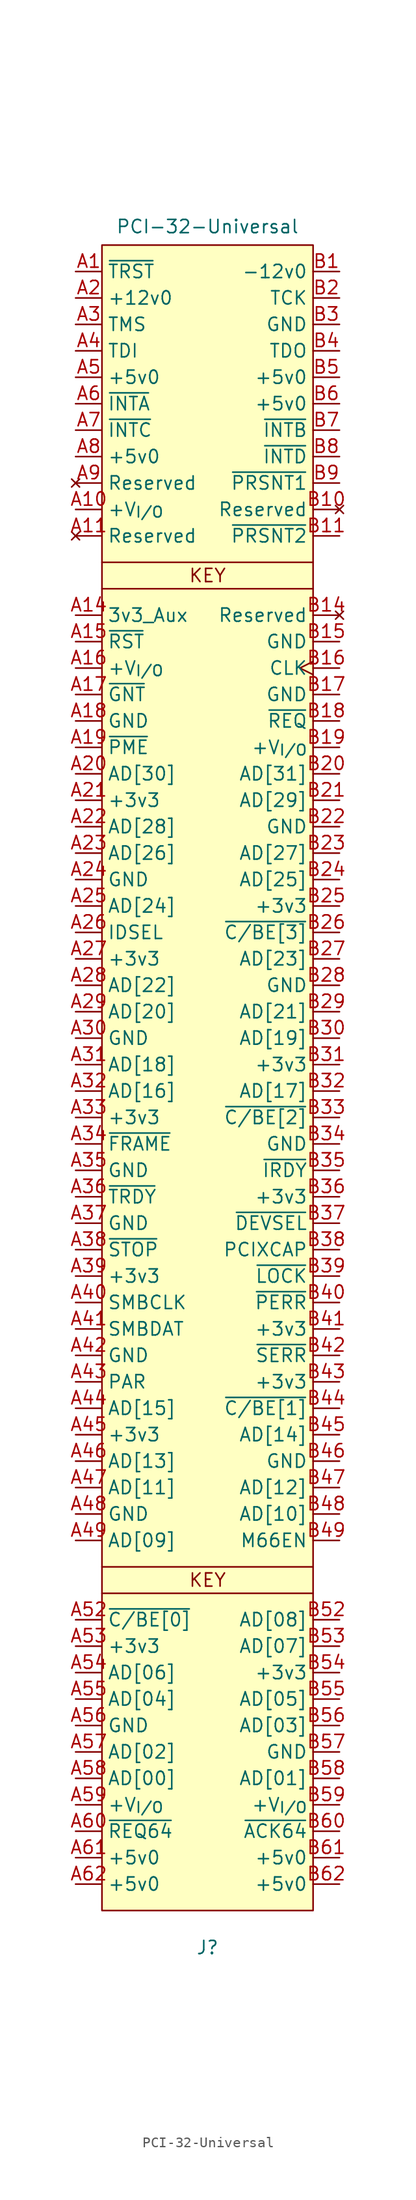
<source format=kicad_sym>
(kicad_symbol_lib
  (version 20241209)
  (generator "kicad_symbol_editor")
  (generator_version "9.0")
  (symbol "PCI-32-Universal"
    (property "Reference" "J"
      (at 0 -131.826 0)
      (effects (font (size 1.27 1.27))))
    (property "Value" "PCI-32-Universal"
      (at 0 33.528 0)
      (effects (font (size 1.27 1.27))))
    (symbol "PCI-32-Universal_1_1"
      (rectangle (start -10.16 31.75) (end 10.16 -128.27) (stroke (width 0) (type solid)) (fill (type background)))
      (polyline (pts (xy -10.16 1.27) (xy 10.16 1.27)) (stroke (width 0) (type default)) (fill (type none)))
      (polyline (pts (xy -10.16 -1.27) (xy 10.16 -1.27)) (stroke (width 0) (type default)) (fill (type none)))
      (polyline (pts (xy -10.16 -95.25) (xy 10.16 -95.25)) (stroke (width 0) (type default)) (fill (type none)))
      (polyline (pts (xy -10.16 -97.79) (xy 10.16 -97.79)) (stroke (width 0) (type default)) (fill (type none)))
      (text "KEY" (at 0 0 0) (effects (font (size 1.27 1.27))))
      (text "KEY" (at 0 -96.52 0) (effects (font (size 1.27 1.27))))
      (pin input line (at -12.7 29.21 0) (length 2.54) (name "~{TRST}" (effects (font (size 1.27 1.27)))) (number "A1" (effects (font (size 1.27 1.27)))))
      (pin power_in line (at -12.7 26.67 0) (length 2.54) (name "+12v0" (effects (font (size 1.27 1.27)))) (number "A2" (effects (font (size 1.27 1.27)))))
      (pin input line (at -12.7 24.13 0) (length 2.54) (name "TMS" (effects (font (size 1.27 1.27)))) (number "A3" (effects (font (size 1.27 1.27)))))
      (pin input line (at -12.7 21.59 0) (length 2.54) (name "TDI" (effects (font (size 1.27 1.27)))) (number "A4" (effects (font (size 1.27 1.27)))))
      (pin power_in line (at -12.7 19.05 0) (length 2.54) (name "+5v0" (effects (font (size 1.27 1.27)))) (number "A5" (effects (font (size 1.27 1.27)))))
      (pin open_emitter line (at -12.7 16.51 0) (length 2.54) (name "~{INTA}" (effects (font (size 1.27 1.27)))) (number "A6" (effects (font (size 1.27 1.27)))))
      (pin open_emitter line (at -12.7 13.97 0) (length 2.54) (name "~{INTC}" (effects (font (size 1.27 1.27)))) (number "A7" (effects (font (size 1.27 1.27)))))
      (pin power_in line (at -12.7 11.43 0) (length 2.54) (name "+5v0" (effects (font (size 1.27 1.27)))) (number "A8" (effects (font (size 1.27 1.27)))))
      (pin no_connect line (at -12.7 8.89 0) (length 2.54) (name "Reserved" (effects (font (size 1.27 1.27)))) (number "A9" (effects (font (size 1.27 1.27)))))
      (pin power_in line (at -12.7 6.35 0) (length 2.54) (name "+V_{I/O}" (effects (font (size 1.27 1.27)))) (number "A10" (effects (font (size 1.27 1.27)))))
      (pin no_connect line (at -12.7 3.81 0) (length 2.54) (name "Reserved" (effects (font (size 1.27 1.27)))) (number "A11" (effects (font (size 1.27 1.27)))))
      (pin power_in line (at -12.7 -3.81 0) (length 2.54) (name "3v3_Aux" (effects (font (size 1.27 1.27)))) (number "A14" (effects (font (size 1.27 1.27)))))
      (pin input line (at -12.7 -6.35 0) (length 2.54) (name "~{RST}" (effects (font (size 1.27 1.27)))) (number "A15" (effects (font (size 1.27 1.27)))))
      (pin power_in line (at -12.7 -8.89 0) (length 2.54) (name "+V_{I/O}" (effects (font (size 1.27 1.27)))) (number "A16" (effects (font (size 1.27 1.27)))))
      (pin tri_state line (at -12.7 -11.43 0) (length 2.54) (name "~{GNT}" (effects (font (size 1.27 1.27)))) (number "A17" (effects (font (size 1.27 1.27)))))
      (pin power_in line (at -12.7 -13.97 0) (length 2.54) (name "GND" (effects (font (size 1.27 1.27)))) (number "A18" (effects (font (size 1.27 1.27)))))
      (pin open_emitter line (at -12.7 -16.51 0) (length 2.54) (name "~{PME}" (effects (font (size 1.27 1.27)))) (number "A19" (effects (font (size 1.27 1.27)))))
      (pin tri_state line (at -12.7 -19.05 0) (length 2.54) (name "AD[30]" (effects (font (size 1.27 1.27)))) (number "A20" (effects (font (size 1.27 1.27)))))
      (pin power_in line (at -12.7 -21.59 0) (length 2.54) (name "+3v3" (effects (font (size 1.27 1.27)))) (number "A21" (effects (font (size 1.27 1.27)))))
      (pin tri_state line (at -12.7 -24.13 0) (length 2.54) (name "AD[28]" (effects (font (size 1.27 1.27)))) (number "A22" (effects (font (size 1.27 1.27)))))
      (pin tri_state line (at -12.7 -26.67 0) (length 2.54) (name "AD[26]" (effects (font (size 1.27 1.27)))) (number "A23" (effects (font (size 1.27 1.27)))))
      (pin power_in line (at -12.7 -29.21 0) (length 2.54) (name "GND" (effects (font (size 1.27 1.27)))) (number "A24" (effects (font (size 1.27 1.27)))))
      (pin tri_state line (at -12.7 -31.75 0) (length 2.54) (name "AD[24]" (effects (font (size 1.27 1.27)))) (number "A25" (effects (font (size 1.27 1.27)))))
      (pin input line (at -12.7 -34.29 0) (length 2.54) (name "IDSEL" (effects (font (size 1.27 1.27)))) (number "A26" (effects (font (size 1.27 1.27)))))
      (pin power_in line (at -12.7 -36.83 0) (length 2.54) (name "+3v3" (effects (font (size 1.27 1.27)))) (number "A27" (effects (font (size 1.27 1.27)))))
      (pin tri_state line (at -12.7 -39.37 0) (length 2.54) (name "AD[22]" (effects (font (size 1.27 1.27)))) (number "A28" (effects (font (size 1.27 1.27)))))
      (pin tri_state line (at -12.7 -41.91 0) (length 2.54) (name "AD[20]" (effects (font (size 1.27 1.27)))) (number "A29" (effects (font (size 1.27 1.27)))))
      (pin power_in line (at -12.7 -44.45 0) (length 2.54) (name "GND" (effects (font (size 1.27 1.27)))) (number "A30" (effects (font (size 1.27 1.27)))))
      (pin tri_state line (at -12.7 -46.99 0) (length 2.54) (name "AD[18]" (effects (font (size 1.27 1.27)))) (number "A31" (effects (font (size 1.27 1.27)))))
      (pin tri_state line (at -12.7 -49.53 0) (length 2.54) (name "AD[16]" (effects (font (size 1.27 1.27)))) (number "A32" (effects (font (size 1.27 1.27)))))
      (pin power_in line (at -12.7 -52.07 0) (length 2.54) (name "+3v3" (effects (font (size 1.27 1.27)))) (number "A33" (effects (font (size 1.27 1.27)))))
      (pin tri_state line (at -12.7 -54.61 0) (length 2.54) (name "~{FRAME}" (effects (font (size 1.27 1.27)))) (number "A34" (effects (font (size 1.27 1.27)))))
      (pin power_in line (at -12.7 -57.15 0) (length 2.54) (name "GND" (effects (font (size 1.27 1.27)))) (number "A35" (effects (font (size 1.27 1.27)))))
      (pin tri_state line (at -12.7 -59.69 0) (length 2.54) (name "~{TRDY}" (effects (font (size 1.27 1.27)))) (number "A36" (effects (font (size 1.27 1.27)))))
      (pin power_in line (at -12.7 -62.23 0) (length 2.54) (name "GND" (effects (font (size 1.27 1.27)))) (number "A37" (effects (font (size 1.27 1.27)))))
      (pin tri_state line (at -12.7 -64.77 0) (length 2.54) (name "~{STOP}" (effects (font (size 1.27 1.27)))) (number "A38" (effects (font (size 1.27 1.27)))))
      (pin power_in line (at -12.7 -67.31 0) (length 2.54) (name "+3v3" (effects (font (size 1.27 1.27)))) (number "A39" (effects (font (size 1.27 1.27)))))
      (pin open_emitter line (at -12.7 -69.85 0) (length 2.54) (name "SMBCLK" (effects (font (size 1.27 1.27)))) (number "A40" (effects (font (size 1.27 1.27)))))
      (pin open_emitter line (at -12.7 -72.39 0) (length 2.54) (name "SMBDAT" (effects (font (size 1.27 1.27)))) (number "A41" (effects (font (size 1.27 1.27)))))
      (pin power_in line (at -12.7 -74.93 0) (length 2.54) (name "GND" (effects (font (size 1.27 1.27)))) (number "A42" (effects (font (size 1.27 1.27)))))
      (pin tri_state line (at -12.7 -77.47 0) (length 2.54) (name "PAR" (effects (font (size 1.27 1.27)))) (number "A43" (effects (font (size 1.27 1.27)))))
      (pin tri_state line (at -12.7 -80.01 0) (length 2.54) (name "AD[15]" (effects (font (size 1.27 1.27)))) (number "A44" (effects (font (size 1.27 1.27)))))
      (pin power_in line (at -12.7 -82.55 0) (length 2.54) (name "+3v3" (effects (font (size 1.27 1.27)))) (number "A45" (effects (font (size 1.27 1.27)))))
      (pin tri_state line (at -12.7 -85.09 0) (length 2.54) (name "AD[13]" (effects (font (size 1.27 1.27)))) (number "A46" (effects (font (size 1.27 1.27)))))
      (pin tri_state line (at -12.7 -87.63 0) (length 2.54) (name "AD[11]" (effects (font (size 1.27 1.27)))) (number "A47" (effects (font (size 1.27 1.27)))))
      (pin power_in line (at -12.7 -90.17 0) (length 2.54) (name "GND" (effects (font (size 1.27 1.27)))) (number "A48" (effects (font (size 1.27 1.27)))))
      (pin tri_state line (at -12.7 -92.71 0) (length 2.54) (name "AD[09]" (effects (font (size 1.27 1.27)))) (number "A49" (effects (font (size 1.27 1.27)))))
      (pin tri_state line (at -12.7 -100.33 0) (length 2.54) (name "~{C/BE[0]}" (effects (font (size 1.27 1.27)))) (number "A52" (effects (font (size 1.27 1.27)))))
      (pin power_in line (at -12.7 -102.87 0) (length 2.54) (name "+3v3" (effects (font (size 1.27 1.27)))) (number "A53" (effects (font (size 1.27 1.27)))))
      (pin tri_state line (at -12.7 -105.41 0) (length 2.54) (name "AD[06]" (effects (font (size 1.27 1.27)))) (number "A54" (effects (font (size 1.27 1.27)))))
      (pin tri_state line (at -12.7 -107.95 0) (length 2.54) (name "AD[04]" (effects (font (size 1.27 1.27)))) (number "A55" (effects (font (size 1.27 1.27)))))
      (pin power_in line (at -12.7 -110.49 0) (length 2.54) (name "GND" (effects (font (size 1.27 1.27)))) (number "A56" (effects (font (size 1.27 1.27)))))
      (pin tri_state line (at -12.7 -113.03 0) (length 2.54) (name "AD[02]" (effects (font (size 1.27 1.27)))) (number "A57" (effects (font (size 1.27 1.27)))))
      (pin tri_state line (at -12.7 -115.57 0) (length 2.54) (name "AD[00]" (effects (font (size 1.27 1.27)))) (number "A58" (effects (font (size 1.27 1.27)))))
      (pin power_in line (at -12.7 -118.11 0) (length 2.54) (name "+V_{I/O}" (effects (font (size 1.27 1.27)))) (number "A59" (effects (font (size 1.27 1.27)))))
      (pin tri_state line (at -12.7 -120.65 0) (length 2.54) (name "~{REQ64}" (effects (font (size 1.27 1.27)))) (number "A60" (effects (font (size 1.27 1.27)))))
      (pin power_in line (at -12.7 -123.19 0) (length 2.54) (name "+5v0" (effects (font (size 1.27 1.27)))) (number "A61" (effects (font (size 1.27 1.27)))))
      (pin power_in line (at -12.7 -125.73 0) (length 2.54) (name "+5v0" (effects (font (size 1.27 1.27)))) (number "A62" (effects (font (size 1.27 1.27)))))
      (pin power_in line (at 12.7 29.21 180) (length 2.54) (name "-12v0" (effects (font (size 1.27 1.27)))) (number "B1" (effects (font (size 1.27 1.27)))))
      (pin input line (at 12.7 26.67 180) (length 2.54) (name "TCK" (effects (font (size 1.27 1.27)))) (number "B2" (effects (font (size 1.27 1.27)))))
      (pin power_in line (at 12.7 24.13 180) (length 2.54) (name "GND" (effects (font (size 1.27 1.27)))) (number "B3" (effects (font (size 1.27 1.27)))))
      (pin output line (at 12.7 21.59 180) (length 2.54) (name "TDO" (effects (font (size 1.27 1.27)))) (number "B4" (effects (font (size 1.27 1.27)))))
      (pin power_in line (at 12.7 19.05 180) (length 2.54) (name "+5v0" (effects (font (size 1.27 1.27)))) (number "B5" (effects (font (size 1.27 1.27)))))
      (pin power_in line (at 12.7 16.51 180) (length 2.54) (name "+5v0" (effects (font (size 1.27 1.27)))) (number "B6" (effects (font (size 1.27 1.27)))))
      (pin open_emitter line (at 12.7 13.97 180) (length 2.54) (name "~{INTB}" (effects (font (size 1.27 1.27)))) (number "B7" (effects (font (size 1.27 1.27)))))
      (pin open_emitter line (at 12.7 11.43 180) (length 2.54) (name "~{INTD}" (effects (font (size 1.27 1.27)))) (number "B8" (effects (font (size 1.27 1.27)))))
      (pin input line (at 12.7 8.89 180) (length 2.54) (name "~{PRSNT1}" (effects (font (size 1.27 1.27)))) (number "B9" (effects (font (size 1.27 1.27)))))
      (pin no_connect line (at 12.7 6.35 180) (length 2.54) (name "Reserved" (effects (font (size 1.27 1.27)))) (number "B10" (effects (font (size 1.27 1.27)))))
      (pin input line (at 12.7 3.81 180) (length 2.54) (name "~{PRSNT2}" (effects (font (size 1.27 1.27)))) (number "B11" (effects (font (size 1.27 1.27)))))
      (pin no_connect line (at 12.7 -3.81 180) (length 2.54) (name "Reserved" (effects (font (size 1.27 1.27)))) (number "B14" (effects (font (size 1.27 1.27)))))
      (pin power_in line (at 12.7 -6.35 180) (length 2.54) (name "GND" (effects (font (size 1.27 1.27)))) (number "B15" (effects (font (size 1.27 1.27)))))
      (pin input clock (at 12.7 -8.89 180) (length 2.54) (name "CLK" (effects (font (size 1.27 1.27)))) (number "B16" (effects (font (size 1.27 1.27)))))
      (pin power_in line (at 12.7 -11.43 180) (length 2.54) (name "GND" (effects (font (size 1.27 1.27)))) (number "B17" (effects (font (size 1.27 1.27)))))
      (pin tri_state line (at 12.7 -13.97 180) (length 2.54) (name "~{REQ}" (effects (font (size 1.27 1.27)))) (number "B18" (effects (font (size 1.27 1.27)))))
      (pin power_in line (at 12.7 -16.51 180) (length 2.54) (name "+V_{I/O}" (effects (font (size 1.27 1.27)))) (number "B19" (effects (font (size 1.27 1.27)))))
      (pin tri_state line (at 12.7 -19.05 180) (length 2.54) (name "AD[31]" (effects (font (size 1.27 1.27)))) (number "B20" (effects (font (size 1.27 1.27)))))
      (pin tri_state line (at 12.7 -21.59 180) (length 2.54) (name "AD[29]" (effects (font (size 1.27 1.27)))) (number "B21" (effects (font (size 1.27 1.27)))))
      (pin power_in line (at 12.7 -24.13 180) (length 2.54) (name "GND" (effects (font (size 1.27 1.27)))) (number "B22" (effects (font (size 1.27 1.27)))))
      (pin tri_state line (at 12.7 -26.67 180) (length 2.54) (name "AD[27]" (effects (font (size 1.27 1.27)))) (number "B23" (effects (font (size 1.27 1.27)))))
      (pin tri_state line (at 12.7 -29.21 180) (length 2.54) (name "AD[25]" (effects (font (size 1.27 1.27)))) (number "B24" (effects (font (size 1.27 1.27)))))
      (pin power_in line (at 12.7 -31.75 180) (length 2.54) (name "+3v3" (effects (font (size 1.27 1.27)))) (number "B25" (effects (font (size 1.27 1.27)))))
      (pin tri_state line (at 12.7 -34.29 180) (length 2.54) (name "~{C/BE[3]}" (effects (font (size 1.27 1.27)))) (number "B26" (effects (font (size 1.27 1.27)))))
      (pin tri_state line (at 12.7 -36.83 180) (length 2.54) (name "AD[23]" (effects (font (size 1.27 1.27)))) (number "B27" (effects (font (size 1.27 1.27)))))
      (pin power_in line (at 12.7 -39.37 180) (length 2.54) (name "GND" (effects (font (size 1.27 1.27)))) (number "B28" (effects (font (size 1.27 1.27)))))
      (pin tri_state line (at 12.7 -41.91 180) (length 2.54) (name "AD[21]" (effects (font (size 1.27 1.27)))) (number "B29" (effects (font (size 1.27 1.27)))))
      (pin tri_state line (at 12.7 -44.45 180) (length 2.54) (name "AD[19]" (effects (font (size 1.27 1.27)))) (number "B30" (effects (font (size 1.27 1.27)))))
      (pin power_in line (at 12.7 -46.99 180) (length 2.54) (name "+3v3" (effects (font (size 1.27 1.27)))) (number "B31" (effects (font (size 1.27 1.27)))))
      (pin tri_state line (at 12.7 -49.53 180) (length 2.54) (name "AD[17]" (effects (font (size 1.27 1.27)))) (number "B32" (effects (font (size 1.27 1.27)))))
      (pin tri_state line (at 12.7 -52.07 180) (length 2.54) (name "~{C/BE[2]}" (effects (font (size 1.27 1.27)))) (number "B33" (effects (font (size 1.27 1.27)))))
      (pin power_in line (at 12.7 -54.61 180) (length 2.54) (name "GND" (effects (font (size 1.27 1.27)))) (number "B34" (effects (font (size 1.27 1.27)))))
      (pin tri_state line (at 12.7 -57.15 180) (length 2.54) (name "~{IRDY}" (effects (font (size 1.27 1.27)))) (number "B35" (effects (font (size 1.27 1.27)))))
      (pin power_in line (at 12.7 -59.69 180) (length 2.54) (name "+3v3" (effects (font (size 1.27 1.27)))) (number "B36" (effects (font (size 1.27 1.27)))))
      (pin tri_state line (at 12.7 -62.23 180) (length 2.54) (name "~{DEVSEL}" (effects (font (size 1.27 1.27)))) (number "B37" (effects (font (size 1.27 1.27)))))
      (pin passive line (at 12.7 -64.77 180) (length 2.54) (name "PCIXCAP" (effects (font (size 1.27 1.27)))) (number "B38" (effects (font (size 1.27 1.27)))))
      (pin tri_state line (at 12.7 -67.31 180) (length 2.54) (name "~{LOCK}" (effects (font (size 1.27 1.27)))) (number "B39" (effects (font (size 1.27 1.27)))))
      (pin tri_state line (at 12.7 -69.85 180) (length 2.54) (name "~{PERR}" (effects (font (size 1.27 1.27)))) (number "B40" (effects (font (size 1.27 1.27)))))
      (pin power_in line (at 12.7 -72.39 180) (length 2.54) (name "+3v3" (effects (font (size 1.27 1.27)))) (number "B41" (effects (font (size 1.27 1.27)))))
      (pin open_emitter line (at 12.7 -74.93 180) (length 2.54) (name "~{SERR}" (effects (font (size 1.27 1.27)))) (number "B42" (effects (font (size 1.27 1.27)))))
      (pin power_in line (at 12.7 -77.47 180) (length 2.54) (name "+3v3" (effects (font (size 1.27 1.27)))) (number "B43" (effects (font (size 1.27 1.27)))))
      (pin tri_state line (at 12.7 -80.01 180) (length 2.54) (name "~{C/BE[1]}" (effects (font (size 1.27 1.27)))) (number "B44" (effects (font (size 1.27 1.27)))))
      (pin tri_state line (at 12.7 -82.55 180) (length 2.54) (name "AD[14]" (effects (font (size 1.27 1.27)))) (number "B45" (effects (font (size 1.27 1.27)))))
      (pin power_in line (at 12.7 -85.09 180) (length 2.54) (name "GND" (effects (font (size 1.27 1.27)))) (number "B46" (effects (font (size 1.27 1.27)))))
      (pin tri_state line (at 12.7 -87.63 180) (length 2.54) (name "AD[12]" (effects (font (size 1.27 1.27)))) (number "B47" (effects (font (size 1.27 1.27)))))
      (pin tri_state line (at 12.7 -90.17 180) (length 2.54) (name "AD[10]" (effects (font (size 1.27 1.27)))) (number "B48" (effects (font (size 1.27 1.27)))))
      (pin input line (at 12.7 -92.71 180) (length 2.54) (name "M66EN" (effects (font (size 1.27 1.27)))) (number "B49" (effects (font (size 1.27 1.27)))))
      (pin tri_state line (at 12.7 -100.33 180) (length 2.54) (name "AD[08]" (effects (font (size 1.27 1.27)))) (number "B52" (effects (font (size 1.27 1.27)))))
      (pin tri_state line (at 12.7 -102.87 180) (length 2.54) (name "AD[07]" (effects (font (size 1.27 1.27)))) (number "B53" (effects (font (size 1.27 1.27)))))
      (pin power_in line (at 12.7 -105.41 180) (length 2.54) (name "+3v3" (effects (font (size 1.27 1.27)))) (number "B54" (effects (font (size 1.27 1.27)))))
      (pin tri_state line (at 12.7 -107.95 180) (length 2.54) (name "AD[05]" (effects (font (size 1.27 1.27)))) (number "B55" (effects (font (size 1.27 1.27)))))
      (pin tri_state line (at 12.7 -110.49 180) (length 2.54) (name "AD[03]" (effects (font (size 1.27 1.27)))) (number "B56" (effects (font (size 1.27 1.27)))))
      (pin power_in line (at 12.7 -113.03 180) (length 2.54) (name "GND" (effects (font (size 1.27 1.27)))) (number "B57" (effects (font (size 1.27 1.27)))))
      (pin tri_state line (at 12.7 -115.57 180) (length 2.54) (name "AD[01]" (effects (font (size 1.27 1.27)))) (number "B58" (effects (font (size 1.27 1.27)))))
      (pin power_in line (at 12.7 -118.11 180) (length 2.54) (name "+V_{I/O}" (effects (font (size 1.27 1.27)))) (number "B59" (effects (font (size 1.27 1.27)))))
      (pin tri_state line (at 12.7 -120.65 180) (length 2.54) (name "~{ACK64}" (effects (font (size 1.27 1.27)))) (number "B60" (effects (font (size 1.27 1.27)))))
      (pin power_in line (at 12.7 -123.19 180) (length 2.54) (name "+5v0" (effects (font (size 1.27 1.27)))) (number "B61" (effects (font (size 1.27 1.27)))))
      (pin power_in line (at 12.7 -125.73 180) (length 2.54) (name "+5v0" (effects (font (size 1.27 1.27)))) (number "B62" (effects (font (size 1.27 1.27))))))))
</source>
